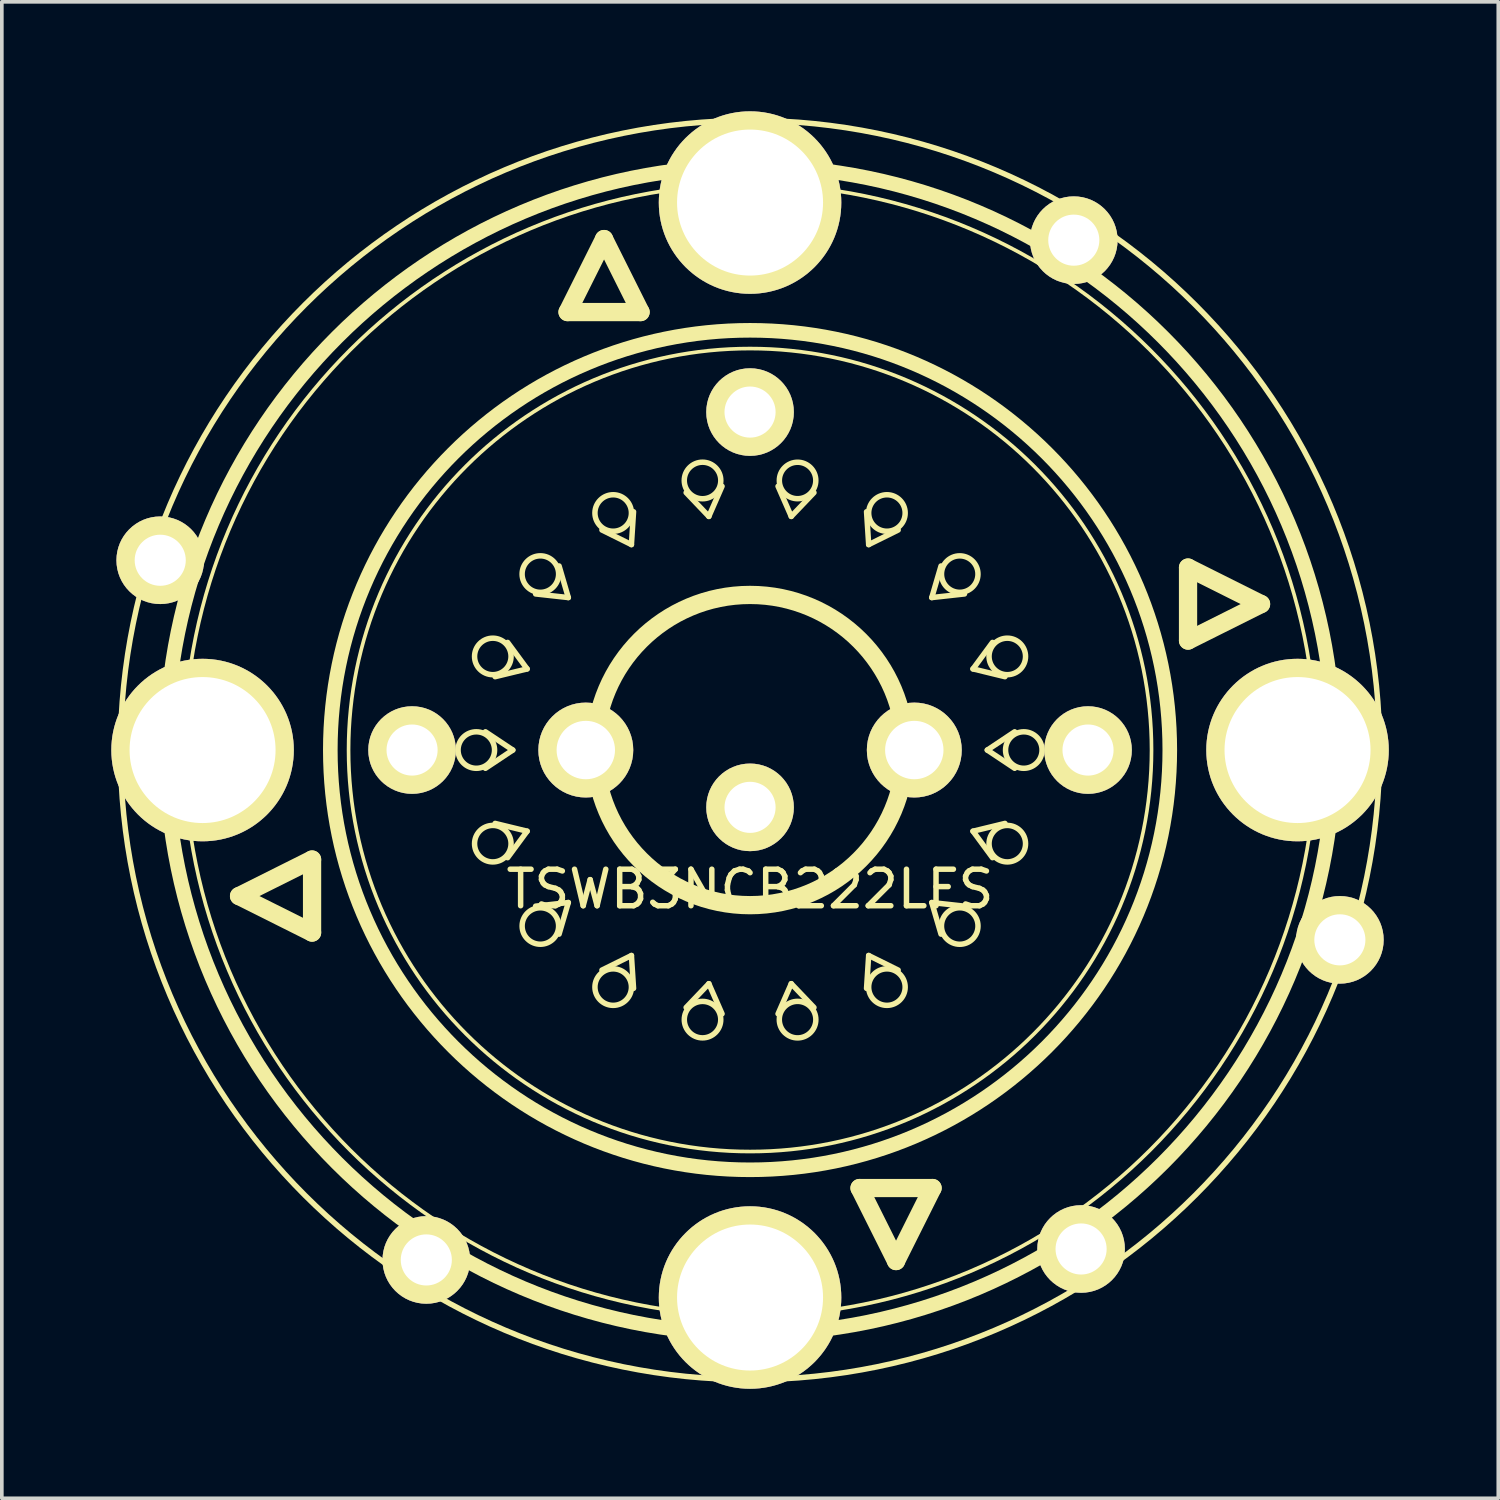
<source format=kicad_pcb>
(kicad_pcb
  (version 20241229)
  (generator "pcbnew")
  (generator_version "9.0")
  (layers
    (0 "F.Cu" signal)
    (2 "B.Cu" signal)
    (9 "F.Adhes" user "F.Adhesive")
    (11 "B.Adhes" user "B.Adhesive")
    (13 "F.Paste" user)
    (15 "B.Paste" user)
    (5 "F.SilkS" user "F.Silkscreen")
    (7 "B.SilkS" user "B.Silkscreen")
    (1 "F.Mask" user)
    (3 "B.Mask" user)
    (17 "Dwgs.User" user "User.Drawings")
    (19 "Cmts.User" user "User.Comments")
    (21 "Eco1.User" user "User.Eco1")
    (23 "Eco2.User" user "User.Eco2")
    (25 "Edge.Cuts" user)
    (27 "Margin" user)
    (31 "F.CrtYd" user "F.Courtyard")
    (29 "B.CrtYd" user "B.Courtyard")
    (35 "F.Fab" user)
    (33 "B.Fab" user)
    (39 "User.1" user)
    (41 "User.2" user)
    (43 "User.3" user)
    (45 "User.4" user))
  (footprint "TSWB3NCB222LFS"
    (layer "F.Cu")
    (at 17.5 17.5)
    (property "Reference" "TSWB3NCB222LFS" (at 0 3.81 0) (layer "F.SilkS") (effects (font (size 1 1) (thickness 0.15))))
    (attr through_hole)
    (fp_line (start -14 4) (end -12 3) (stroke (width 0.5) (type solid)) (layer "F.SilkS"))
    (fp_line (start -12 3) (end -12 5) (stroke (width 0.5) (type solid)) (layer "F.SilkS"))
    (fp_line (start -12 5) (end -14 4) (stroke (width 0.5) (type solid)) (layer "F.SilkS"))
    (fp_line (start -7.25 0.5) (end -6.5 0) (stroke (width 0.15) (type solid)) (layer "F.SilkS"))
    (fp_line (start -6.984 -2.01) (end -6.108 -2.223) (stroke (width 0.15) (type solid)) (layer "F.SilkS"))
    (fp_line (start -6.642 2.949) (end -6.108 2.223) (stroke (width 0.15) (type solid)) (layer "F.SilkS"))
    (fp_line (start -6.5 0) (end -7.25 -0.5) (stroke (width 0.15) (type solid)) (layer "F.SilkS"))
    (fp_line (start -6.108 -2.223) (end -6.642 -2.949) (stroke (width 0.15) (type solid)) (layer "F.SilkS"))
    (fp_line (start -6.108 2.223) (end -6.984 2.01) (stroke (width 0.15) (type solid)) (layer "F.SilkS"))
    (fp_line (start -5.875 -4.277) (end -4.979 -4.178) (stroke (width 0.15) (type solid)) (layer "F.SilkS"))
    (fp_line (start -5.232 5.043) (end -4.979 4.178) (stroke (width 0.15) (type solid)) (layer "F.SilkS"))
    (fp_line (start -5 -12) (end -3 -12) (stroke (width 0.5) (type solid)) (layer "F.SilkS"))
    (fp_line (start -4.979 -4.178) (end -5.232 -5.043) (stroke (width 0.15) (type solid)) (layer "F.SilkS"))
    (fp_line (start -4.979 4.178) (end -5.875 4.277) (stroke (width 0.15) (type solid)) (layer "F.SilkS"))
    (fp_line (start -4.058 -6.029) (end -3.25 -5.629) (stroke (width 0.15) (type solid)) (layer "F.SilkS"))
    (fp_line (start -4 -14) (end -5 -12) (stroke (width 0.5) (type solid)) (layer "F.SilkS"))
    (fp_line (start -3.25 -5.629) (end -3.192 -6.529) (stroke (width 0.15) (type solid)) (layer "F.SilkS"))
    (fp_line (start -3.25 5.629) (end -4.058 6.029) (stroke (width 0.15) (type solid)) (layer "F.SilkS"))
    (fp_line (start -3.192 6.529) (end -3.25 5.629) (stroke (width 0.15) (type solid)) (layer "F.SilkS"))
    (fp_line (start -3 -12) (end -4 -14) (stroke (width 0.5) (type solid)) (layer "F.SilkS"))
    (fp_line (start -1.751 -7.053) (end -1.129 -6.401) (stroke (width 0.15) (type solid)) (layer "F.SilkS"))
    (fp_line (start -1.129 -6.401) (end -0.767 -7.227) (stroke (width 0.15) (type solid)) (layer "F.SilkS"))
    (fp_line (start -1.129 6.401) (end -1.751 7.053) (stroke (width 0.15) (type solid)) (layer "F.SilkS"))
    (fp_line (start -0.767 7.227) (end -1.129 6.401) (stroke (width 0.15) (type solid)) (layer "F.SilkS"))
    (fp_line (start 0.767 -7.227) (end 1.129 -6.401) (stroke (width 0.15) (type solid)) (layer "F.SilkS"))
    (fp_line (start 1.129 -6.401) (end 1.751 -7.053) (stroke (width 0.15) (type solid)) (layer "F.SilkS"))
    (fp_line (start 1.129 6.401) (end 0.767 7.227) (stroke (width 0.15) (type solid)) (layer "F.SilkS"))
    (fp_line (start 1.751 7.053) (end 1.129 6.401) (stroke (width 0.15) (type solid)) (layer "F.SilkS"))
    (fp_line (start 3 12) (end 5 12) (stroke (width 0.5) (type solid)) (layer "F.SilkS"))
    (fp_line (start 3.192 -6.529) (end 3.25 -5.629) (stroke (width 0.15) (type solid)) (layer "F.SilkS"))
    (fp_line (start 3.25 -5.629) (end 4.058 -6.029) (stroke (width 0.15) (type solid)) (layer "F.SilkS"))
    (fp_line (start 3.25 5.629) (end 3.192 6.529) (stroke (width 0.15) (type solid)) (layer "F.SilkS"))
    (fp_line (start 4 14) (end 3 12) (stroke (width 0.5) (type solid)) (layer "F.SilkS"))
    (fp_line (start 4.058 6.029) (end 3.25 5.629) (stroke (width 0.15) (type solid)) (layer "F.SilkS"))
    (fp_line (start 4.979 -4.178) (end 5.875 -4.277) (stroke (width 0.15) (type solid)) (layer "F.SilkS"))
    (fp_line (start 4.979 4.178) (end 5.232 5.043) (stroke (width 0.15) (type solid)) (layer "F.SilkS"))
    (fp_line (start 5 12) (end 4 14) (stroke (width 0.5) (type solid)) (layer "F.SilkS"))
    (fp_line (start 5.232 -5.043) (end 4.979 -4.178) (stroke (width 0.15) (type solid)) (layer "F.SilkS"))
    (fp_line (start 5.875 4.277) (end 4.979 4.178) (stroke (width 0.15) (type solid)) (layer "F.SilkS"))
    (fp_line (start 6.108 -2.223) (end 6.984 -2.01) (stroke (width 0.15) (type solid)) (layer "F.SilkS"))
    (fp_line (start 6.108 2.223) (end 6.642 2.949) (stroke (width 0.15) (type solid)) (layer "F.SilkS"))
    (fp_line (start 6.5 0) (end 7.25 0.5) (stroke (width 0.15) (type solid)) (layer "F.SilkS"))
    (fp_line (start 6.642 -2.949) (end 6.108 -2.223) (stroke (width 0.15) (type solid)) (layer "F.SilkS"))
    (fp_line (start 6.984 2.01) (end 6.108 2.223) (stroke (width 0.15) (type solid)) (layer "F.SilkS"))
    (fp_line (start 7.25 -0.5) (end 6.5 0) (stroke (width 0.15) (type solid)) (layer "F.SilkS"))
    (fp_line (start 12 -5) (end 14 -4) (stroke (width 0.5) (type solid)) (layer "F.SilkS"))
    (fp_line (start 12 -3) (end 12 -5) (stroke (width 0.5) (type solid)) (layer "F.SilkS"))
    (fp_line (start 14 -4) (end 12 -3) (stroke (width 0.5) (type solid)) (layer "F.SilkS"))
    (fp_circle (center -7.5 0) (end -7.5 0.5) (stroke (width 0.15) (type solid)) (fill no) (layer "F.SilkS"))
    (fp_circle (center -7.048 -2.565) (end -7.219 -2.095) (stroke (width 0.15) (type solid)) (fill no) (layer "F.SilkS"))
    (fp_circle (center -7.048 2.565) (end -6.877 3.035) (stroke (width 0.15) (type solid)) (fill no) (layer "F.SilkS"))
    (fp_circle (center -5.745 -4.821) (end -6.067 -4.438) (stroke (width 0.15) (type solid)) (fill no) (layer "F.SilkS"))
    (fp_circle (center -5.745 4.821) (end -5.424 5.204) (stroke (width 0.15) (type solid)) (fill no) (layer "F.SilkS"))
    (fp_circle (center -3.75 -6.495) (end -4.183 -6.245) (stroke (width 0.15) (type solid)) (fill no) (layer "F.SilkS"))
    (fp_circle (center -3.75 6.495) (end -3.317 6.745) (stroke (width 0.15) (type solid)) (fill no) (layer "F.SilkS"))
    (fp_circle (center -1.302 -7.386) (end -1.795 -7.299) (stroke (width 0.15) (type solid)) (fill no) (layer "F.SilkS"))
    (fp_circle (center -1.302 7.386) (end -0.81 7.473) (stroke (width 0.15) (type solid)) (fill no) (layer "F.SilkS"))
    (fp_circle (center 0 0) (end 4.25 0) (stroke (width 0.5) (type solid)) (fill no) (layer "F.SilkS"))
    (fp_circle (center 0 0) (end 11 0) (stroke (width 0.1) (type solid)) (fill no) (layer "F.SilkS"))
    (fp_circle (center 0 0) (end 11.5 0) (stroke (width 0.4) (type solid)) (fill no) (layer "F.SilkS"))
    (fp_circle (center 0 0) (end 15.5 0) (stroke (width 0.1) (type solid)) (fill no) (layer "F.SilkS"))
    (fp_circle (center 0 0) (end 16 0) (stroke (width 0.4) (type solid)) (fill no) (layer "F.SilkS"))
    (fp_circle (center 0 0) (end 17.25 0) (stroke (width 0.15) (type solid)) (fill no) (layer "F.SilkS"))
    (fp_circle (center 1.302 -7.386) (end 0.81 -7.473) (stroke (width 0.15) (type solid)) (fill no) (layer "F.SilkS"))
    (fp_circle (center 1.302 7.386) (end 1.795 7.299) (stroke (width 0.15) (type solid)) (fill no) (layer "F.SilkS"))
    (fp_circle (center 3.75 -6.495) (end 3.317 -6.745) (stroke (width 0.15) (type solid)) (fill no) (layer "F.SilkS"))
    (fp_circle (center 3.75 6.495) (end 4.183 6.245) (stroke (width 0.15) (type solid)) (fill no) (layer "F.SilkS"))
    (fp_circle (center 5.745 -4.821) (end 5.424 -5.204) (stroke (width 0.15) (type solid)) (fill no) (layer "F.SilkS"))
    (fp_circle (center 5.745 4.821) (end 6.067 4.438) (stroke (width 0.15) (type solid)) (fill no) (layer "F.SilkS"))
    (fp_circle (center 7.048 -2.565) (end 6.877 -3.035) (stroke (width 0.15) (type solid)) (fill no) (layer "F.SilkS"))
    (fp_circle (center 7.048 2.565) (end 7.219 2.095) (stroke (width 0.15) (type solid)) (fill no) (layer "F.SilkS"))
    (fp_circle (center 7.5 0) (end 7.5 -0.5) (stroke (width 0.15) (type solid)) (fill no) (layer "F.SilkS"))
    (pad "1" thru_hole circle (at 9.26 0) (size 2.4 2.4) (drill 1.4) (layers "*.Cu" "*.Mask" "F.SilkS"))
    (pad "2" thru_hole circle (at -9.26 0) (size 2.4 2.4) (drill 1.4) (layers "*.Cu" "*.Mask" "F.SilkS"))
    (pad "3" thru_hole circle (at 0 -9.26) (size 2.4 2.4) (drill 1.4) (layers "*.Cu" "*.Mask" "F.SilkS"))
    (pad "4" thru_hole circle (at 0 1.57) (size 2.4 2.4) (drill 1.4) (layers "*.Cu" "*.Mask" "F.SilkS"))
    (pad "5" thru_hole circle (at -4.5 0) (size 2.6 2.6) (drill 1.6) (layers "*.Cu" "*.Mask" "F.SilkS"))
    (pad "6" thru_hole circle (at 4.5 0) (size 2.6 2.6) (drill 1.6) (layers "*.Cu" "*.Mask" "F.SilkS"))
    (pad "7" thru_hole circle (at 16.16 5.2) (size 2.4 2.4) (drill 1.4) (layers "*.Cu" "*.Mask" "F.SilkS"))
    (pad "8" thru_hole circle (at 8.87 -13.97) (size 2.4 2.4) (drill 1.4) (layers "*.Cu" "*.Mask" "F.SilkS"))
    (pad "9" thru_hole circle (at -16.16 -5.2) (size 2.4 2.4) (drill 1.4) (layers "*.Cu" "*.Mask" "F.SilkS"))
    (pad "10" thru_hole circle (at -8.87 13.97) (size 2.4 2.4) (drill 1.4) (layers "*.Cu" "*.Mask" "F.SilkS"))
    (pad "11" thru_hole circle (at 9.07 13.67) (size 2.4 2.4) (drill 1.4) (layers "*.Cu" "*.Mask" "F.SilkS"))
    (pad "12" thru_hole circle (at 0 -15) (size 5 5) (drill 4) (layers "*.Cu" "*.Mask" "F.SilkS"))
    (pad "13" thru_hole circle (at -15 0) (size 5 5) (drill 4) (layers "*.Cu" "*.Mask" "F.SilkS"))
    (pad "14" thru_hole circle (at 0 15) (size 5 5) (drill 4) (layers "*.Cu" "*.Mask" "F.SilkS"))
    (pad "15" thru_hole circle (at 15 0) (size 5 5) (drill 4) (layers "*.Cu" "*.Mask" "F.SilkS")))
  (gr_rect
    (start -3 -3)
    (end 38 38)
    (stroke (width 0.1) (type default))
    (fill no)
    (layer "Edge.Cuts")))
</source>
